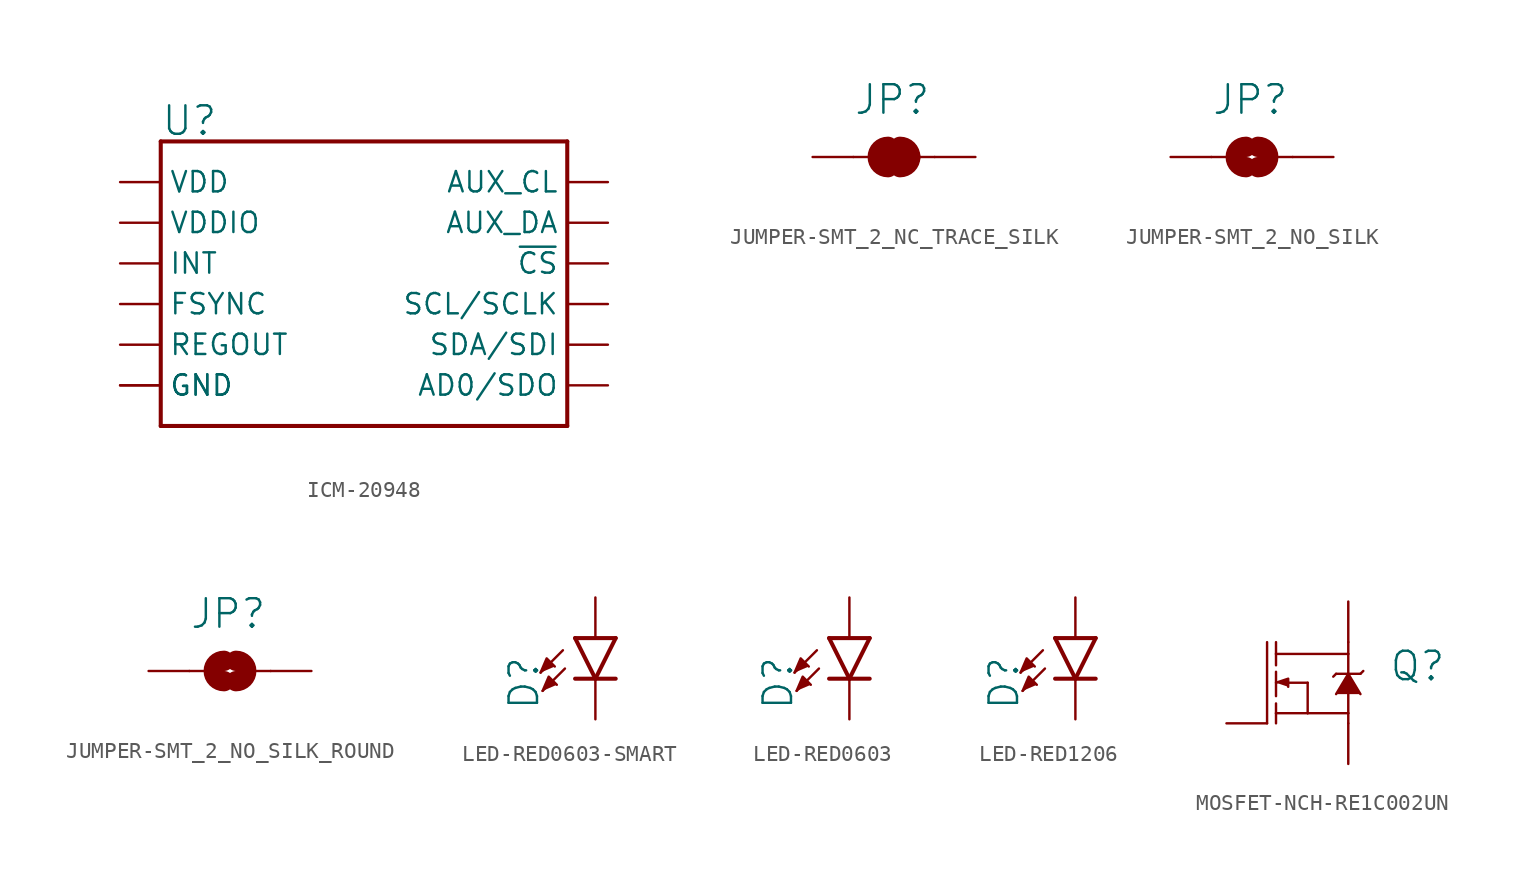
<source format=kicad_sym>
(kicad_symbol_lib
  (version 20220914)
  (generator kicad_symbol_editor)
  (symbol "ICM-20948"
    (property "Reference" "U"
      (at -12.7 10.414 0)
      (effects (font (size 1.778 1.778)) (justify left bottom)))
    (property "Value" ""
      (at -12.7 -7.874 0)
      (effects (font (size 1.778 1.778)) (justify left top)))
    (property "ki_locked" ""
      (at 0 0 0)
      (effects (font (size 1.27 1.27))))
    (symbol "ICM-20948_1_0"
      (polyline (pts (xy -12.7 -7.62) (xy 12.7 -7.62)) (stroke (width 0.254) (type solid)) (fill (type none)))
      (polyline (pts (xy -12.7 10.16) (xy -12.7 -7.62)) (stroke (width 0.254) (type solid)) (fill (type none)))
      (polyline (pts (xy 12.7 -7.62) (xy 12.7 10.16)) (stroke (width 0.254) (type solid)) (fill (type none)))
      (polyline (pts (xy 12.7 10.16) (xy -12.7 10.16)) (stroke (width 0.254) (type solid)) (fill (type none)))
      (pin bidirectional line (at -15.24 -2.54 0) (length 2.54) (name "REGOUT" (effects (font (size 1.27 1.27)))) (number "10" (effects (font (size 0 0)))))
      (pin bidirectional line (at -15.24 0 0) (length 2.54) (name "FSYNC" (effects (font (size 1.27 1.27)))) (number "11" (effects (font (size 0 0)))))
      (pin bidirectional line (at -15.24 2.54 0) (length 2.54) (name "INT" (effects (font (size 1.27 1.27)))) (number "12" (effects (font (size 0 0)))))
      (pin bidirectional line (at -15.24 7.62 0) (length 2.54) (name "VDD" (effects (font (size 1.27 1.27)))) (number "13" (effects (font (size 0 0)))))
      (pin bidirectional line (at -15.24 -5.08 0) (length 2.54) (name "GND" (effects (font (size 1.27 1.27)))) (number "18" (effects (font (size 0 0)))))
      (pin bidirectional line (at -15.24 -5.08 0) (length 2.54) (name "GND" (effects (font (size 1.27 1.27)))) (number "20" (effects (font (size 0 0)))))
      (pin bidirectional line (at 15.24 5.08 180) (length 2.54) (name "AUX_DA" (effects (font (size 1.27 1.27)))) (number "21" (effects (font (size 0 0)))))
      (pin bidirectional line (at 15.24 2.54 180) (length 2.54) (name "~{CS}" (effects (font (size 1.27 1.27)))) (number "22" (effects (font (size 0 0)))))
      (pin bidirectional line (at 15.24 0 180) (length 2.54) (name "SCL/SCLK" (effects (font (size 1.27 1.27)))) (number "23" (effects (font (size 0 0)))))
      (pin bidirectional line (at 15.24 -2.54 180) (length 2.54) (name "SDA/SDI" (effects (font (size 1.27 1.27)))) (number "24" (effects (font (size 0 0)))))
      (pin bidirectional line (at 15.24 7.62 180) (length 2.54) (name "AUX_CL" (effects (font (size 1.27 1.27)))) (number "7" (effects (font (size 0 0)))))
      (pin bidirectional line (at -15.24 5.08 0) (length 2.54) (name "VDDIO" (effects (font (size 1.27 1.27)))) (number "8" (effects (font (size 0 0)))))
      (pin bidirectional line (at 15.24 -5.08 180) (length 2.54) (name "AD0/SDO" (effects (font (size 1.27 1.27)))) (number "9" (effects (font (size 0 0)))))))
  (symbol "JUMPER-SMT_2_NC_TRACE_SILK"
    (property "Reference" "JP"
      (at -2.54 2.54 0)
      (effects (font (size 1.778 1.778)) (justify left bottom)))
    (property "Value" ""
      (at -2.54 -2.54 0)
      (effects (font (size 1.778 1.778)) (justify left top)))
    (property "ki_locked" ""
      (at 0 0 0)
      (effects (font (size 1.27 1.27))))
    (symbol "JUMPER-SMT_2_NC_TRACE_SILK_1_0"
      (arc (start -0.3808 0.635) (mid -1.0159 0.0001) (end -0.381 -0.635) (stroke (width 1.27) (type solid)) (fill (type none)))
      (polyline (pts (xy -2.54 0) (xy -1.651 0)) (stroke (width 0.152) (type solid)) (fill (type none)))
      (polyline (pts (xy -0.762 0) (xy 1.016 0)) (stroke (width 0.254) (type solid)) (fill (type none)))
      (polyline (pts (xy 2.54 0) (xy 1.651 0)) (stroke (width 0.152) (type solid)) (fill (type none)))
      (arc (start 0.3809 -0.6351) (mid 0.83 -0.4491) (end 1.016 0) (stroke (width 1.27) (type solid)) (fill (type none)))
      (arc (start 1.0159 -0.0001) (mid 0.83 0.4489) (end 0.381 0.635) (stroke (width 1.27) (type solid)) (fill (type none)))
      (pin passive line (at -5.08 0 0) (length 2.54) (name "1" (effects (font (size 0 0)))) (number "1" (effects (font (size 0 0)))))
      (pin passive line (at 5.08 0 180) (length 2.54) (name "2" (effects (font (size 0 0)))) (number "2" (effects (font (size 0 0)))))))
  (symbol "JUMPER-SMT_2_NO_SILK"
    (property "Reference" "JP"
      (at -2.54 2.54 0)
      (effects (font (size 1.778 1.778)) (justify left bottom)))
    (property "Value" ""
      (at -2.54 -2.54 0)
      (effects (font (size 1.778 1.778)) (justify left top)))
    (property "ki_locked" ""
      (at 0 0 0)
      (effects (font (size 1.27 1.27))))
    (symbol "JUMPER-SMT_2_NO_SILK_1_0"
      (arc (start -0.3808 0.635) (mid -1.0159 0.0001) (end -0.381 -0.635) (stroke (width 1.27) (type solid)) (fill (type none)))
      (polyline (pts (xy -2.54 0) (xy -1.651 0)) (stroke (width 0.152) (type solid)) (fill (type none)))
      (polyline (pts (xy 2.54 0) (xy 1.651 0)) (stroke (width 0.152) (type solid)) (fill (type none)))
      (arc (start 0.3808 -0.635) (mid 1.0159 -0.0001) (end 0.381 0.635) (stroke (width 1.27) (type solid)) (fill (type none)))
      (pin passive line (at -5.08 0 0) (length 2.54) (name "1" (effects (font (size 0 0)))) (number "1" (effects (font (size 0 0)))))
      (pin passive line (at 5.08 0 180) (length 2.54) (name "2" (effects (font (size 0 0)))) (number "2" (effects (font (size 0 0)))))))
  (symbol "JUMPER-SMT_2_NO_SILK_ROUND"
    (property "Reference" "JP"
      (at -2.54 2.54 0)
      (effects (font (size 1.778 1.778)) (justify left bottom)))
    (property "Value" ""
      (at -2.54 -2.54 0)
      (effects (font (size 1.778 1.778)) (justify left top)))
    (property "ki_locked" ""
      (at 0 0 0)
      (effects (font (size 1.27 1.27))))
    (symbol "JUMPER-SMT_2_NO_SILK_ROUND_1_0"
      (arc (start -0.3808 0.635) (mid -1.0159 0.0001) (end -0.381 -0.635) (stroke (width 1.27) (type solid)) (fill (type none)))
      (polyline (pts (xy -2.54 0) (xy -1.651 0)) (stroke (width 0.152) (type solid)) (fill (type none)))
      (polyline (pts (xy 2.54 0) (xy 1.651 0)) (stroke (width 0.152) (type solid)) (fill (type none)))
      (arc (start 0.3808 -0.635) (mid 1.0159 -0.0001) (end 0.381 0.635) (stroke (width 1.27) (type solid)) (fill (type none)))
      (pin passive line (at -5.08 0 0) (length 2.54) (name "1" (effects (font (size 0 0)))) (number "1" (effects (font (size 0 0)))))
      (pin passive line (at 5.08 0 180) (length 2.54) (name "2" (effects (font (size 0 0)))) (number "2" (effects (font (size 0 0)))))))
  (symbol "LED-RED0603-SMART"
    (property "Reference" "D"
      (at -3.429 -4.572 90)
      (effects (font (size 1.778 1.778)) (justify left bottom)))
    (property "Value" ""
      (at 1.905 -4.572 90)
      (effects (font (size 1.778 1.778)) (justify left top)))
    (property "ki_locked" ""
      (at 0 0 0)
      (effects (font (size 1.27 1.27))))
    (symbol "LED-RED0603-SMART_1_0"
      (polyline (pts (xy -2.032 -0.762) (xy -3.429 -2.159)) (stroke (width 0.152) (type solid)) (fill (type none)))
      (polyline (pts (xy -1.905 -1.905) (xy -3.302 -3.302)) (stroke (width 0.152) (type solid)) (fill (type none)))
      (polyline (pts (xy 0 -2.54) (xy -1.27 -2.54)) (stroke (width 0.254) (type solid)) (fill (type none)))
      (polyline (pts (xy 0 -2.54) (xy -1.27 0)) (stroke (width 0.254) (type solid)) (fill (type none)))
      (polyline (pts (xy 1.27 -2.54) (xy 0 -2.54)) (stroke (width 0.254) (type solid)) (fill (type none)))
      (polyline (pts (xy 1.27 0) (xy -1.27 0)) (stroke (width 0.254) (type solid)) (fill (type none)))
      (polyline (pts (xy 1.27 0) (xy 0 -2.54)) (stroke (width 0.254) (type solid)) (fill (type none)))
      (polyline (pts (xy -3.429 -2.159) (xy -3.048 -1.27) (xy -2.54 -1.778)) (stroke (width 0.152) (type solid)) (fill (type outline)))
      (polyline (pts (xy -3.302 -3.302) (xy -2.921 -2.413) (xy -2.413 -2.921)) (stroke (width 0.152) (type solid)) (fill (type outline)))
      (pin passive line (at 0 2.54 270) (length 2.54) (name "A" (effects (font (size 0 0)))) (number "A" (effects (font (size 0 0)))))
      (pin passive line (at 0 -5.08 90) (length 2.54) (name "C" (effects (font (size 0 0)))) (number "C" (effects (font (size 0 0)))))))
  (symbol "LED-RED0603"
    (property "Reference" "D"
      (at -3.429 -4.572 90)
      (effects (font (size 1.778 1.778)) (justify left bottom)))
    (property "Value" ""
      (at 1.905 -4.572 90)
      (effects (font (size 1.778 1.778)) (justify left top)))
    (property "ki_locked" ""
      (at 0 0 0)
      (effects (font (size 1.27 1.27))))
    (symbol "LED-RED0603_1_0"
      (polyline (pts (xy -2.032 -0.762) (xy -3.429 -2.159)) (stroke (width 0.152) (type solid)) (fill (type none)))
      (polyline (pts (xy -1.905 -1.905) (xy -3.302 -3.302)) (stroke (width 0.152) (type solid)) (fill (type none)))
      (polyline (pts (xy 0 -2.54) (xy -1.27 -2.54)) (stroke (width 0.254) (type solid)) (fill (type none)))
      (polyline (pts (xy 0 -2.54) (xy -1.27 0)) (stroke (width 0.254) (type solid)) (fill (type none)))
      (polyline (pts (xy 1.27 -2.54) (xy 0 -2.54)) (stroke (width 0.254) (type solid)) (fill (type none)))
      (polyline (pts (xy 1.27 0) (xy -1.27 0)) (stroke (width 0.254) (type solid)) (fill (type none)))
      (polyline (pts (xy 1.27 0) (xy 0 -2.54)) (stroke (width 0.254) (type solid)) (fill (type none)))
      (polyline (pts (xy -3.429 -2.159) (xy -3.048 -1.27) (xy -2.54 -1.778)) (stroke (width 0.152) (type solid)) (fill (type outline)))
      (polyline (pts (xy -3.302 -3.302) (xy -2.921 -2.413) (xy -2.413 -2.921)) (stroke (width 0.152) (type solid)) (fill (type outline)))
      (pin passive line (at 0 2.54 270) (length 2.54) (name "A" (effects (font (size 0 0)))) (number "A" (effects (font (size 0 0)))))
      (pin passive line (at 0 -5.08 90) (length 2.54) (name "C" (effects (font (size 0 0)))) (number "C" (effects (font (size 0 0)))))))
  (symbol "LED-RED1206"
    (property "Reference" "D"
      (at -3.429 -4.572 90)
      (effects (font (size 1.778 1.778)) (justify left bottom)))
    (property "Value" ""
      (at 1.905 -4.572 90)
      (effects (font (size 1.778 1.778)) (justify left top)))
    (property "ki_locked" ""
      (at 0 0 0)
      (effects (font (size 1.27 1.27))))
    (symbol "LED-RED1206_1_0"
      (polyline (pts (xy -2.032 -0.762) (xy -3.429 -2.159)) (stroke (width 0.152) (type solid)) (fill (type none)))
      (polyline (pts (xy -1.905 -1.905) (xy -3.302 -3.302)) (stroke (width 0.152) (type solid)) (fill (type none)))
      (polyline (pts (xy 0 -2.54) (xy -1.27 -2.54)) (stroke (width 0.254) (type solid)) (fill (type none)))
      (polyline (pts (xy 0 -2.54) (xy -1.27 0)) (stroke (width 0.254) (type solid)) (fill (type none)))
      (polyline (pts (xy 1.27 -2.54) (xy 0 -2.54)) (stroke (width 0.254) (type solid)) (fill (type none)))
      (polyline (pts (xy 1.27 0) (xy -1.27 0)) (stroke (width 0.254) (type solid)) (fill (type none)))
      (polyline (pts (xy 1.27 0) (xy 0 -2.54)) (stroke (width 0.254) (type solid)) (fill (type none)))
      (polyline (pts (xy -3.429 -2.159) (xy -3.048 -1.27) (xy -2.54 -1.778)) (stroke (width 0.152) (type solid)) (fill (type outline)))
      (polyline (pts (xy -3.302 -3.302) (xy -2.921 -2.413) (xy -2.413 -2.921)) (stroke (width 0.152) (type solid)) (fill (type outline)))
      (pin passive line (at 0 2.54 270) (length 2.54) (name "A" (effects (font (size 0 0)))) (number "A" (effects (font (size 0 0)))))
      (pin passive line (at 0 -5.08 90) (length 2.54) (name "C" (effects (font (size 0 0)))) (number "C" (effects (font (size 0 0)))))))
  (symbol "MOSFET-NCH-RE1C002UN"
    (property "Reference" "Q"
      (at 5.08 0 0)
      (effects (font (size 1.778 1.778)) (justify left bottom)))
    (property "Value" ""
      (at 5.08 -2.54 0)
      (effects (font (size 1.778 1.778)) (justify left bottom)))
    (property "ki_locked" ""
      (at 0 0 0)
      (effects (font (size 1.27 1.27))))
    (symbol "MOSFET-NCH-RE1C002UN_1_0"
      (polyline (pts (xy -2.54 -2.54) (xy -2.54 2.54)) (stroke (width 0.152) (type solid)) (fill (type none)))
      (polyline (pts (xy -1.981 -1.905) (xy -1.981 -2.54)) (stroke (width 0.152) (type solid)) (fill (type none)))
      (polyline (pts (xy -1.981 -1.905) (xy 0 -1.905)) (stroke (width 0.152) (type solid)) (fill (type none)))
      (polyline (pts (xy -1.981 -1.295) (xy -1.981 -1.905)) (stroke (width 0.152) (type solid)) (fill (type none)))
      (polyline (pts (xy -1.981 0.686) (xy -1.981 -0.838)) (stroke (width 0.152) (type solid)) (fill (type none)))
      (polyline (pts (xy -1.981 1.803) (xy -1.981 1.092)) (stroke (width 0.152) (type solid)) (fill (type none)))
      (polyline (pts (xy -1.981 1.803) (xy 2.54 1.803)) (stroke (width 0.152) (type solid)) (fill (type none)))
      (polyline (pts (xy -1.981 2.54) (xy -1.981 1.803)) (stroke (width 0.152) (type solid)) (fill (type none)))
      (polyline (pts (xy 0 -1.905) (xy 0 0)) (stroke (width 0.152) (type solid)) (fill (type none)))
      (polyline (pts (xy 0 0) (xy -1.219 0)) (stroke (width 0.152) (type solid)) (fill (type none)))
      (polyline (pts (xy 1.6 0.381) (xy 1.778 0.559)) (stroke (width 0.152) (type solid)) (fill (type none)))
      (polyline (pts (xy 2.54 -2.54) (xy 2.54 -1.905)) (stroke (width 0.152) (type solid)) (fill (type none)))
      (polyline (pts (xy 2.54 -1.905) (xy 0 -1.905)) (stroke (width 0.152) (type solid)) (fill (type none)))
      (polyline (pts (xy 2.54 -0.711) (xy 2.54 -1.905)) (stroke (width 0.152) (type solid)) (fill (type none)))
      (polyline (pts (xy 2.54 0.559) (xy 1.778 0.559)) (stroke (width 0.152) (type solid)) (fill (type none)))
      (polyline (pts (xy 2.54 0.559) (xy 3.302 0.559)) (stroke (width 0.152) (type solid)) (fill (type none)))
      (polyline (pts (xy 2.54 1.803) (xy 2.54 0.559)) (stroke (width 0.152) (type solid)) (fill (type none)))
      (polyline (pts (xy 2.54 2.54) (xy 2.54 1.803)) (stroke (width 0.152) (type solid)) (fill (type none)))
      (polyline (pts (xy 3.302 0.559) (xy 3.48 0.737)) (stroke (width 0.152) (type solid)) (fill (type none)))
      (polyline (pts (xy -1.981 0) (xy -1.219 0.254) (xy -1.219 -0.254)) (stroke (width 0.152) (type solid)) (fill (type outline)))
      (polyline (pts (xy 1.778 -0.711) (xy 2.54 0.559) (xy 3.302 -0.711)) (stroke (width 0.152) (type solid)) (fill (type outline)))
      (pin bidirectional line (at -5.08 -2.54 0) (length 2.54) (name "G" (effects (font (size 0 0)))) (number "1" (effects (font (size 0 0)))))
      (pin bidirectional line (at 2.54 -5.08 90) (length 2.54) (name "S" (effects (font (size 0 0)))) (number "2" (effects (font (size 0 0)))))
      (pin bidirectional line (at 2.54 5.08 270) (length 2.54) (name "D" (effects (font (size 0 0)))) (number "3" (effects (font (size 0 0))))))))
</source>
